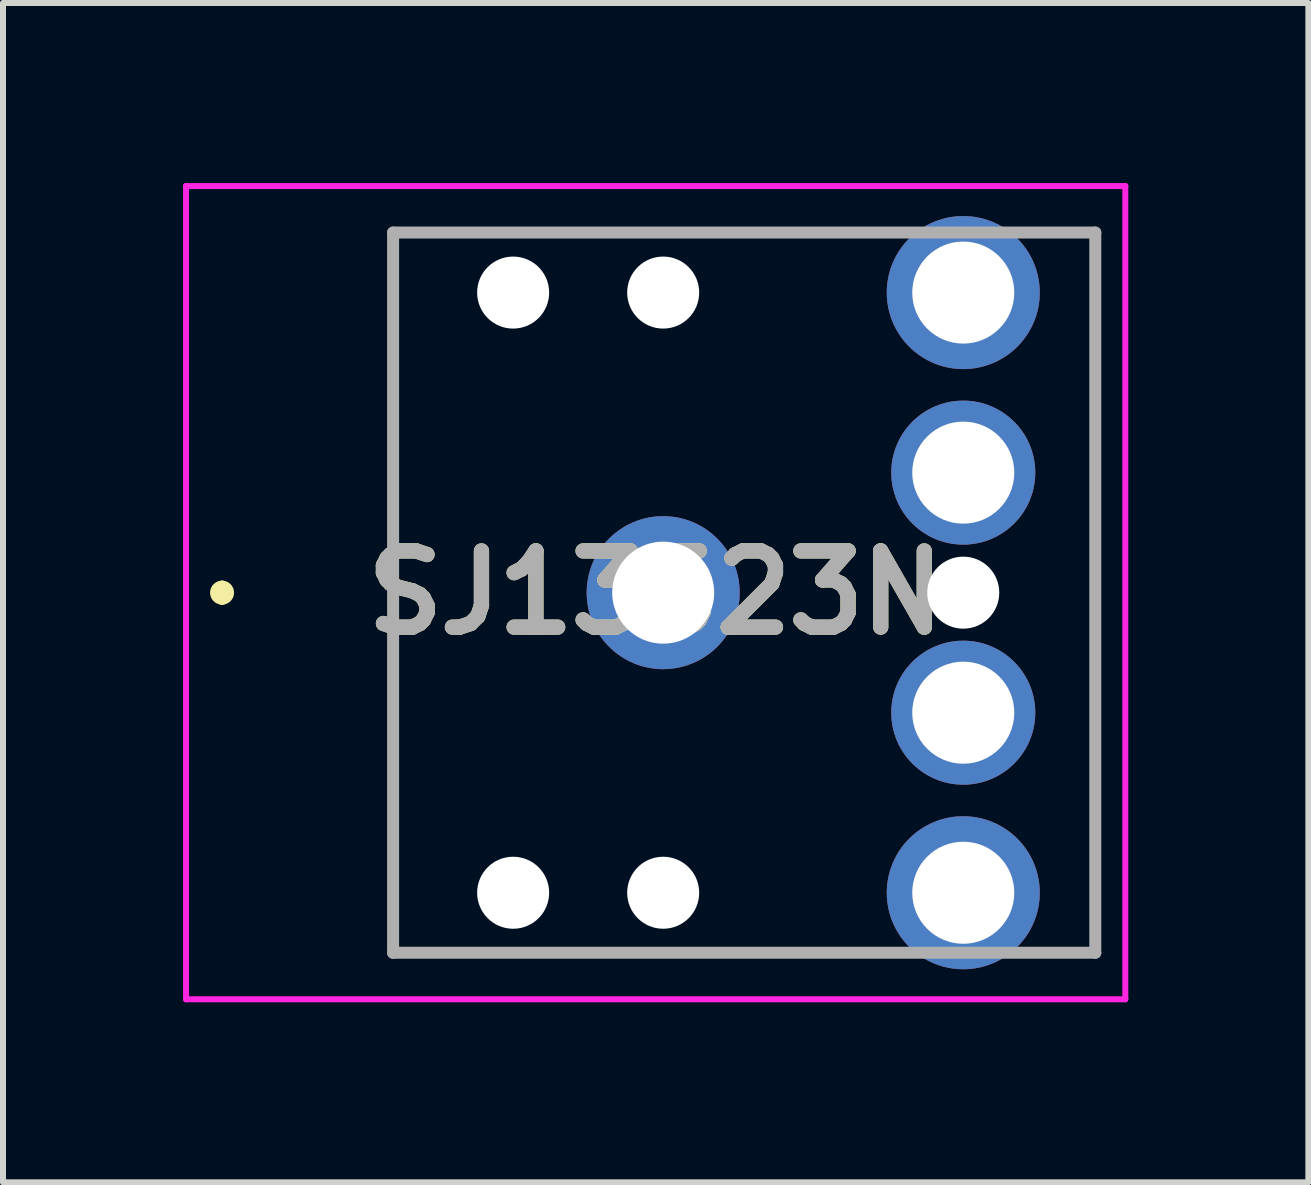
<source format=kicad_pcb>
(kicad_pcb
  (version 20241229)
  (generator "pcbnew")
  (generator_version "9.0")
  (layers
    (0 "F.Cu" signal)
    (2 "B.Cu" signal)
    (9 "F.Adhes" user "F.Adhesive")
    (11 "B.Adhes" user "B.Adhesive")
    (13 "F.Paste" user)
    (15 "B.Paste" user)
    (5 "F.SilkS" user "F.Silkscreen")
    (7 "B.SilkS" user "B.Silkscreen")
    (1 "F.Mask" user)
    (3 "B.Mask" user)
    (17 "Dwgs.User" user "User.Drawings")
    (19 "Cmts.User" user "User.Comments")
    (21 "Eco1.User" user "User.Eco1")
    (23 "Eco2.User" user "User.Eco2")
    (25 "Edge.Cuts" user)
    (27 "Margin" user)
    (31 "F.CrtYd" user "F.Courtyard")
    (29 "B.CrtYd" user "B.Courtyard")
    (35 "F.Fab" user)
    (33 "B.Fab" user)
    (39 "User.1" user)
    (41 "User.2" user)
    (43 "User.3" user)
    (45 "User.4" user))
  (footprint "SJ13523N"
    (layer "F.Cu")
    (at 3.5 6.825)
    (property "Reference" "SJ13523N" (at 4.375 0 0) (layer "F.SilkS") (effects (font (size 1.27 1.27) (thickness 0.254))))
    (attr through_hole)
    (fp_line (start -2.85 -0.1) (end -2.85 -0.1) (stroke (width 0.2) (type solid)) (layer "F.SilkS"))
    (fp_line (start -2.85 0.1) (end -2.85 0.1) (stroke (width 0.2) (type solid)) (layer "F.SilkS"))
    (fp_line (start 0 -4) (end 0 4) (stroke (width 0.1) (type solid)) (layer "F.SilkS"))
    (fp_line (start 5.2 -6) (end 8.2 -6) (stroke (width 0.1) (type solid)) (layer "F.SilkS"))
    (fp_line (start 5.2 6) (end 8.2 6) (stroke (width 0.1) (type solid)) (layer "F.SilkS"))
    (fp_line (start 11.2 -6) (end 11.7 -6) (stroke (width 0.1) (type solid)) (layer "F.SilkS"))
    (fp_line (start 11.7 -6) (end 11.7 6) (stroke (width 0.1) (type solid)) (layer "F.SilkS"))
    (fp_line (start 11.7 6) (end 11.2 6) (stroke (width 0.1) (type solid)) (layer "F.SilkS"))
    (fp_arc (start -2.85 -0.1) (mid -2.75 0) (end -2.85 0.1) (stroke (width 0.2) (type solid)) (layer "F.SilkS"))
    (fp_arc (start -2.85 0.1) (mid -2.95 0) (end -2.85 -0.1) (stroke (width 0.2) (type solid)) (layer "F.SilkS"))
    (fp_line (start -3.45 -6.775) (end 12.2 -6.775) (stroke (width 0.1) (type solid)) (layer "F.CrtYd"))
    (fp_line (start -3.45 6.775) (end -3.45 -6.775) (stroke (width 0.1) (type solid)) (layer "F.CrtYd"))
    (fp_line (start 12.2 -6.775) (end 12.2 6.775) (stroke (width 0.1) (type solid)) (layer "F.CrtYd"))
    (fp_line (start 12.2 6.775) (end -3.45 6.775) (stroke (width 0.1) (type solid)) (layer "F.CrtYd"))
    (fp_line (start 0 -6) (end 11.7 -6) (stroke (width 0.2) (type solid)) (layer "F.Fab"))
    (fp_line (start 0 6) (end 0 -6) (stroke (width 0.2) (type solid)) (layer "F.Fab"))
    (fp_line (start 11.7 -6) (end 11.7 6) (stroke (width 0.2) (type solid)) (layer "F.Fab"))
    (fp_line (start 11.7 6) (end 0 6) (stroke (width 0.2) (type solid)) (layer "F.Fab"))
    (fp_text user "${REFERENCE}" (at 4.375 0 0) (layer "F.Fab") (effects (font (size 1.27 1.27) (thickness 0.254))))
    (pad "" np_thru_hole circle (at 2 -5) (size 1.2 1.2) (drill 1.2) (layers "*.Cu" "*.Mask"))
    (pad "" np_thru_hole circle (at 2 5) (size 1.2 1.2) (drill 1.2) (layers "*.Cu" "*.Mask"))
    (pad "" np_thru_hole circle (at 4.5 -5) (size 1.2 1.2) (drill 1.2) (layers "*.Cu" "*.Mask"))
    (pad "" np_thru_hole circle (at 4.5 5) (size 1.2 1.2) (drill 1.2) (layers "*.Cu" "*.Mask"))
    (pad "" np_thru_hole circle (at 9.5 0) (size 1.2 1.2) (drill 1.2) (layers "*.Cu" "*.Mask"))
    (pad "1" thru_hole circle (at 4.5 0) (size 2.55 2.55) (drill 1.7) (layers "*.Cu" "*.Mask"))
    (pad "2" thru_hole circle (at 9.5 5) (size 2.55 2.55) (drill 1.7) (layers "*.Cu" "*.Mask"))
    (pad "3" thru_hole circle (at 9.5 -5) (size 2.55 2.55) (drill 1.7) (layers "*.Cu" "*.Mask"))
    (pad "10" thru_hole circle (at 9.5 2) (size 2.4 2.4) (drill 1.7) (layers "*.Cu" "*.Mask"))
    (pad "11" thru_hole circle (at 9.5 -2) (size 2.4 2.4) (drill 1.7) (layers "*.Cu" "*.Mask")))
  (gr_rect
    (start -3 -3)
    (end 18.75 16.65)
    (stroke (width 0.1) (type default))
    (fill no)
    (layer "Edge.Cuts")))
</source>
